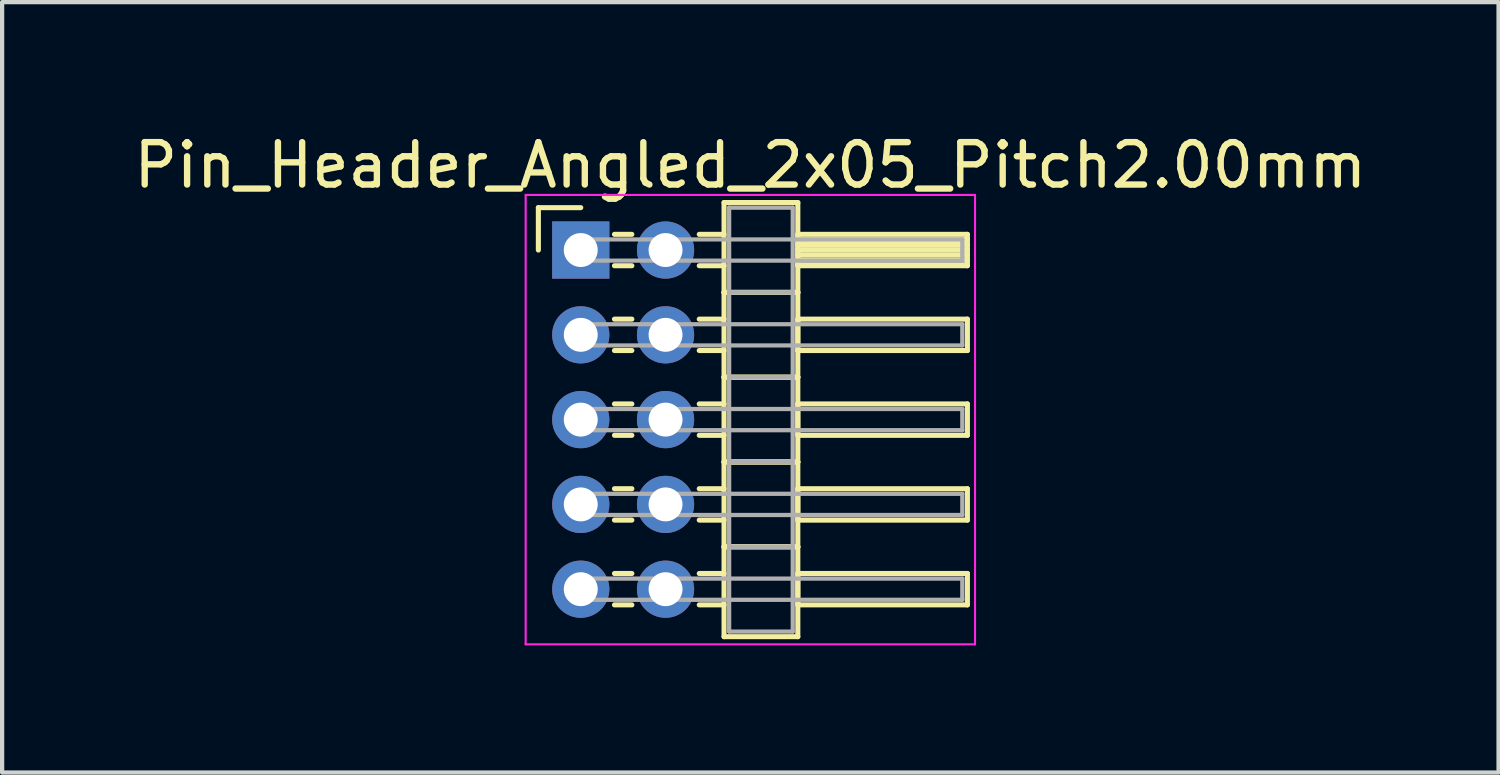
<source format=kicad_pcb>
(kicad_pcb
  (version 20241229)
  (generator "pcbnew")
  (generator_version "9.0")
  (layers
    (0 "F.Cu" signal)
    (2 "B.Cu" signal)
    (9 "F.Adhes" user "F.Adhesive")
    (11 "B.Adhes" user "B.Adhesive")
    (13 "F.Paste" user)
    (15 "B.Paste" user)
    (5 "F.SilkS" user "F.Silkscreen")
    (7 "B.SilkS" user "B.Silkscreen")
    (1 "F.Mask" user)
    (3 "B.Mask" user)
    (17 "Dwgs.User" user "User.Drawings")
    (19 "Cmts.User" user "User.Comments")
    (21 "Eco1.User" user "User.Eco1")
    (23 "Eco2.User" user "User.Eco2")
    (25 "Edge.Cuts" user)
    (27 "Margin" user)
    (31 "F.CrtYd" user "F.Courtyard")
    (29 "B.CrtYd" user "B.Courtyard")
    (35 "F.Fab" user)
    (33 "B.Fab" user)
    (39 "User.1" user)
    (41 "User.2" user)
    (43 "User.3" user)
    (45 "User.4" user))
  (footprint "Pin_Header_Angled_2x05_Pitch2.00mm"
    (layer "F.Cu")
    (at 10.649 2.848)
    (property "Reference" "Pin_Header_Angled_2x05_Pitch2.00mm" (at 4 -2 0) (layer "F.SilkS") (effects (font (size 1 1) (thickness 0.15))))
    (attr through_hole)
    (fp_line (start -1 -1) (end 0 -1) (stroke (width 0.12) (type solid)) (layer "F.SilkS"))
    (fp_line (start -1 0) (end -1 -1) (stroke (width 0.12) (type solid)) (layer "F.SilkS"))
    (fp_line (start 0.795 -0.37) (end 1.205 -0.37) (stroke (width 0.12) (type solid)) (layer "F.SilkS"))
    (fp_line (start 0.795 0.37) (end 1.205 0.37) (stroke (width 0.12) (type solid)) (layer "F.SilkS"))
    (fp_line (start 0.795 1.63) (end 1.205 1.63) (stroke (width 0.12) (type solid)) (layer "F.SilkS"))
    (fp_line (start 0.795 2.37) (end 1.205 2.37) (stroke (width 0.12) (type solid)) (layer "F.SilkS"))
    (fp_line (start 0.795 3.63) (end 1.205 3.63) (stroke (width 0.12) (type solid)) (layer "F.SilkS"))
    (fp_line (start 0.795 4.37) (end 1.205 4.37) (stroke (width 0.12) (type solid)) (layer "F.SilkS"))
    (fp_line (start 0.795 5.63) (end 1.205 5.63) (stroke (width 0.12) (type solid)) (layer "F.SilkS"))
    (fp_line (start 0.795 6.37) (end 1.205 6.37) (stroke (width 0.12) (type solid)) (layer "F.SilkS"))
    (fp_line (start 0.795 7.63) (end 1.205 7.63) (stroke (width 0.12) (type solid)) (layer "F.SilkS"))
    (fp_line (start 0.795 8.37) (end 1.205 8.37) (stroke (width 0.12) (type solid)) (layer "F.SilkS"))
    (fp_line (start 2.795 -0.37) (end 3.38 -0.37) (stroke (width 0.12) (type solid)) (layer "F.SilkS"))
    (fp_line (start 2.795 0.37) (end 3.38 0.37) (stroke (width 0.12) (type solid)) (layer "F.SilkS"))
    (fp_line (start 2.795 1.63) (end 3.38 1.63) (stroke (width 0.12) (type solid)) (layer "F.SilkS"))
    (fp_line (start 2.795 2.37) (end 3.38 2.37) (stroke (width 0.12) (type solid)) (layer "F.SilkS"))
    (fp_line (start 2.795 3.63) (end 3.38 3.63) (stroke (width 0.12) (type solid)) (layer "F.SilkS"))
    (fp_line (start 2.795 4.37) (end 3.38 4.37) (stroke (width 0.12) (type solid)) (layer "F.SilkS"))
    (fp_line (start 2.795 5.63) (end 3.38 5.63) (stroke (width 0.12) (type solid)) (layer "F.SilkS"))
    (fp_line (start 2.795 6.37) (end 3.38 6.37) (stroke (width 0.12) (type solid)) (layer "F.SilkS"))
    (fp_line (start 2.795 7.63) (end 3.38 7.63) (stroke (width 0.12) (type solid)) (layer "F.SilkS"))
    (fp_line (start 2.795 8.37) (end 3.38 8.37) (stroke (width 0.12) (type solid)) (layer "F.SilkS"))
    (fp_line (start 3.38 -1.12) (end 3.38 1) (stroke (width 0.12) (type solid)) (layer "F.SilkS"))
    (fp_line (start 3.38 1) (end 3.38 3) (stroke (width 0.12) (type solid)) (layer "F.SilkS"))
    (fp_line (start 3.38 1) (end 5.12 1) (stroke (width 0.12) (type solid)) (layer "F.SilkS"))
    (fp_line (start 3.38 3) (end 3.38 5) (stroke (width 0.12) (type solid)) (layer "F.SilkS"))
    (fp_line (start 3.38 3) (end 5.12 3) (stroke (width 0.12) (type solid)) (layer "F.SilkS"))
    (fp_line (start 3.38 5) (end 3.38 7) (stroke (width 0.12) (type solid)) (layer "F.SilkS"))
    (fp_line (start 3.38 5) (end 5.12 5) (stroke (width 0.12) (type solid)) (layer "F.SilkS"))
    (fp_line (start 3.38 7) (end 3.38 9.12) (stroke (width 0.12) (type solid)) (layer "F.SilkS"))
    (fp_line (start 3.38 7) (end 5.12 7) (stroke (width 0.12) (type solid)) (layer "F.SilkS"))
    (fp_line (start 3.38 9.12) (end 5.12 9.12) (stroke (width 0.12) (type solid)) (layer "F.SilkS"))
    (fp_line (start 5.12 -1.12) (end 3.38 -1.12) (stroke (width 0.12) (type solid)) (layer "F.SilkS"))
    (fp_line (start 5.12 -0.37) (end 5.12 0.37) (stroke (width 0.12) (type solid)) (layer "F.SilkS"))
    (fp_line (start 5.12 -0.25) (end 9.12 -0.25) (stroke (width 0.12) (type solid)) (layer "F.SilkS"))
    (fp_line (start 5.12 -0.13) (end 9.12 -0.13) (stroke (width 0.12) (type solid)) (layer "F.SilkS"))
    (fp_line (start 5.12 -0.01) (end 9.12 -0.01) (stroke (width 0.12) (type solid)) (layer "F.SilkS"))
    (fp_line (start 5.12 0.11) (end 9.12 0.11) (stroke (width 0.12) (type solid)) (layer "F.SilkS"))
    (fp_line (start 5.12 0.23) (end 9.12 0.23) (stroke (width 0.12) (type solid)) (layer "F.SilkS"))
    (fp_line (start 5.12 0.35) (end 9.12 0.35) (stroke (width 0.12) (type solid)) (layer "F.SilkS"))
    (fp_line (start 5.12 0.37) (end 9.12 0.37) (stroke (width 0.12) (type solid)) (layer "F.SilkS"))
    (fp_line (start 5.12 1) (end 3.38 1) (stroke (width 0.12) (type solid)) (layer "F.SilkS"))
    (fp_line (start 5.12 1) (end 5.12 -1.12) (stroke (width 0.12) (type solid)) (layer "F.SilkS"))
    (fp_line (start 5.12 1.63) (end 5.12 2.37) (stroke (width 0.12) (type solid)) (layer "F.SilkS"))
    (fp_line (start 5.12 2.37) (end 9.12 2.37) (stroke (width 0.12) (type solid)) (layer "F.SilkS"))
    (fp_line (start 5.12 3) (end 3.38 3) (stroke (width 0.12) (type solid)) (layer "F.SilkS"))
    (fp_line (start 5.12 3) (end 5.12 1) (stroke (width 0.12) (type solid)) (layer "F.SilkS"))
    (fp_line (start 5.12 3.63) (end 5.12 4.37) (stroke (width 0.12) (type solid)) (layer "F.SilkS"))
    (fp_line (start 5.12 4.37) (end 9.12 4.37) (stroke (width 0.12) (type solid)) (layer "F.SilkS"))
    (fp_line (start 5.12 5) (end 3.38 5) (stroke (width 0.12) (type solid)) (layer "F.SilkS"))
    (fp_line (start 5.12 5) (end 5.12 3) (stroke (width 0.12) (type solid)) (layer "F.SilkS"))
    (fp_line (start 5.12 5.63) (end 5.12 6.37) (stroke (width 0.12) (type solid)) (layer "F.SilkS"))
    (fp_line (start 5.12 6.37) (end 9.12 6.37) (stroke (width 0.12) (type solid)) (layer "F.SilkS"))
    (fp_line (start 5.12 7) (end 3.38 7) (stroke (width 0.12) (type solid)) (layer "F.SilkS"))
    (fp_line (start 5.12 7) (end 5.12 5) (stroke (width 0.12) (type solid)) (layer "F.SilkS"))
    (fp_line (start 5.12 7.63) (end 5.12 8.37) (stroke (width 0.12) (type solid)) (layer "F.SilkS"))
    (fp_line (start 5.12 8.37) (end 9.12 8.37) (stroke (width 0.12) (type solid)) (layer "F.SilkS"))
    (fp_line (start 5.12 9.12) (end 5.12 7) (stroke (width 0.12) (type solid)) (layer "F.SilkS"))
    (fp_line (start 9.12 -0.37) (end 5.12 -0.37) (stroke (width 0.12) (type solid)) (layer "F.SilkS"))
    (fp_line (start 9.12 0.37) (end 9.12 -0.37) (stroke (width 0.12) (type solid)) (layer "F.SilkS"))
    (fp_line (start 9.12 1.63) (end 5.12 1.63) (stroke (width 0.12) (type solid)) (layer "F.SilkS"))
    (fp_line (start 9.12 2.37) (end 9.12 1.63) (stroke (width 0.12) (type solid)) (layer "F.SilkS"))
    (fp_line (start 9.12 3.63) (end 5.12 3.63) (stroke (width 0.12) (type solid)) (layer "F.SilkS"))
    (fp_line (start 9.12 4.37) (end 9.12 3.63) (stroke (width 0.12) (type solid)) (layer "F.SilkS"))
    (fp_line (start 9.12 5.63) (end 5.12 5.63) (stroke (width 0.12) (type solid)) (layer "F.SilkS"))
    (fp_line (start 9.12 6.37) (end 9.12 5.63) (stroke (width 0.12) (type solid)) (layer "F.SilkS"))
    (fp_line (start 9.12 7.63) (end 5.12 7.63) (stroke (width 0.12) (type solid)) (layer "F.SilkS"))
    (fp_line (start 9.12 8.37) (end 9.12 7.63) (stroke (width 0.12) (type solid)) (layer "F.SilkS"))
    (fp_line (start -1.3 -1.3) (end -1.3 9.3) (stroke (width 0.05) (type solid)) (layer "F.CrtYd"))
    (fp_line (start -1.3 9.3) (end 9.3 9.3) (stroke (width 0.05) (type solid)) (layer "F.CrtYd"))
    (fp_line (start 9.3 -1.3) (end -1.3 -1.3) (stroke (width 0.05) (type solid)) (layer "F.CrtYd"))
    (fp_line (start 9.3 9.3) (end 9.3 -1.3) (stroke (width 0.05) (type solid)) (layer "F.CrtYd"))
    (fp_line (start 0 -0.25) (end 0 0.25) (stroke (width 0.1) (type solid)) (layer "F.Fab"))
    (fp_line (start 0 0.25) (end 9 0.25) (stroke (width 0.1) (type solid)) (layer "F.Fab"))
    (fp_line (start 0 1.75) (end 0 2.25) (stroke (width 0.1) (type solid)) (layer "F.Fab"))
    (fp_line (start 0 2.25) (end 9 2.25) (stroke (width 0.1) (type solid)) (layer "F.Fab"))
    (fp_line (start 0 3.75) (end 0 4.25) (stroke (width 0.1) (type solid)) (layer "F.Fab"))
    (fp_line (start 0 4.25) (end 9 4.25) (stroke (width 0.1) (type solid)) (layer "F.Fab"))
    (fp_line (start 0 5.75) (end 0 6.25) (stroke (width 0.1) (type solid)) (layer "F.Fab"))
    (fp_line (start 0 6.25) (end 9 6.25) (stroke (width 0.1) (type solid)) (layer "F.Fab"))
    (fp_line (start 0 7.75) (end 0 8.25) (stroke (width 0.1) (type solid)) (layer "F.Fab"))
    (fp_line (start 0 8.25) (end 9 8.25) (stroke (width 0.1) (type solid)) (layer "F.Fab"))
    (fp_line (start 3.5 -1) (end 3.5 1) (stroke (width 0.1) (type solid)) (layer "F.Fab"))
    (fp_line (start 3.5 1) (end 3.5 3) (stroke (width 0.1) (type solid)) (layer "F.Fab"))
    (fp_line (start 3.5 1) (end 5 1) (stroke (width 0.1) (type solid)) (layer "F.Fab"))
    (fp_line (start 3.5 3) (end 3.5 5) (stroke (width 0.1) (type solid)) (layer "F.Fab"))
    (fp_line (start 3.5 3) (end 5 3) (stroke (width 0.1) (type solid)) (layer "F.Fab"))
    (fp_line (start 3.5 5) (end 3.5 7) (stroke (width 0.1) (type solid)) (layer "F.Fab"))
    (fp_line (start 3.5 5) (end 5 5) (stroke (width 0.1) (type solid)) (layer "F.Fab"))
    (fp_line (start 3.5 7) (end 3.5 9) (stroke (width 0.1) (type solid)) (layer "F.Fab"))
    (fp_line (start 3.5 7) (end 5 7) (stroke (width 0.1) (type solid)) (layer "F.Fab"))
    (fp_line (start 3.5 9) (end 5 9) (stroke (width 0.1) (type solid)) (layer "F.Fab"))
    (fp_line (start 5 -1) (end 3.5 -1) (stroke (width 0.1) (type solid)) (layer "F.Fab"))
    (fp_line (start 5 1) (end 3.5 1) (stroke (width 0.1) (type solid)) (layer "F.Fab"))
    (fp_line (start 5 1) (end 5 -1) (stroke (width 0.1) (type solid)) (layer "F.Fab"))
    (fp_line (start 5 3) (end 3.5 3) (stroke (width 0.1) (type solid)) (layer "F.Fab"))
    (fp_line (start 5 3) (end 5 1) (stroke (width 0.1) (type solid)) (layer "F.Fab"))
    (fp_line (start 5 5) (end 3.5 5) (stroke (width 0.1) (type solid)) (layer "F.Fab"))
    (fp_line (start 5 5) (end 5 3) (stroke (width 0.1) (type solid)) (layer "F.Fab"))
    (fp_line (start 5 7) (end 3.5 7) (stroke (width 0.1) (type solid)) (layer "F.Fab"))
    (fp_line (start 5 7) (end 5 5) (stroke (width 0.1) (type solid)) (layer "F.Fab"))
    (fp_line (start 5 9) (end 5 7) (stroke (width 0.1) (type solid)) (layer "F.Fab"))
    (fp_line (start 9 -0.25) (end 0 -0.25) (stroke (width 0.1) (type solid)) (layer "F.Fab"))
    (fp_line (start 9 0.25) (end 9 -0.25) (stroke (width 0.1) (type solid)) (layer "F.Fab"))
    (fp_line (start 9 1.75) (end 0 1.75) (stroke (width 0.1) (type solid)) (layer "F.Fab"))
    (fp_line (start 9 2.25) (end 9 1.75) (stroke (width 0.1) (type solid)) (layer "F.Fab"))
    (fp_line (start 9 3.75) (end 0 3.75) (stroke (width 0.1) (type solid)) (layer "F.Fab"))
    (fp_line (start 9 4.25) (end 9 3.75) (stroke (width 0.1) (type solid)) (layer "F.Fab"))
    (fp_line (start 9 5.75) (end 0 5.75) (stroke (width 0.1) (type solid)) (layer "F.Fab"))
    (fp_line (start 9 6.25) (end 9 5.75) (stroke (width 0.1) (type solid)) (layer "F.Fab"))
    (fp_line (start 9 7.75) (end 0 7.75) (stroke (width 0.1) (type solid)) (layer "F.Fab"))
    (fp_line (start 9 8.25) (end 9 7.75) (stroke (width 0.1) (type solid)) (layer "F.Fab"))
    (pad "1" thru_hole rect (at 0 0) (size 1.35 1.35) (drill 0.8) (layers "*.Cu" "*.Mask"))
    (pad "2" thru_hole oval (at 2 0) (size 1.35 1.35) (drill 0.8) (layers "*.Cu" "*.Mask"))
    (pad "3" thru_hole oval (at 0 2) (size 1.35 1.35) (drill 0.8) (layers "*.Cu" "*.Mask"))
    (pad "4" thru_hole oval (at 2 2) (size 1.35 1.35) (drill 0.8) (layers "*.Cu" "*.Mask"))
    (pad "5" thru_hole oval (at 0 4) (size 1.35 1.35) (drill 0.8) (layers "*.Cu" "*.Mask"))
    (pad "6" thru_hole oval (at 2 4) (size 1.35 1.35) (drill 0.8) (layers "*.Cu" "*.Mask"))
    (pad "7" thru_hole oval (at 0 6) (size 1.35 1.35) (drill 0.8) (layers "*.Cu" "*.Mask"))
    (pad "8" thru_hole oval (at 2 6) (size 1.35 1.35) (drill 0.8) (layers "*.Cu" "*.Mask"))
    (pad "9" thru_hole oval (at 0 8) (size 1.35 1.35) (drill 0.8) (layers "*.Cu" "*.Mask"))
    (pad "10" thru_hole oval (at 2 8) (size 1.35 1.35) (drill 0.8) (layers "*.Cu" "*.Mask")))
  (gr_rect
    (start -3 -3)
    (end 32.298 15.173)
    (stroke (width 0.1) (type default))
    (fill no)
    (layer "Edge.Cuts")))
</source>
